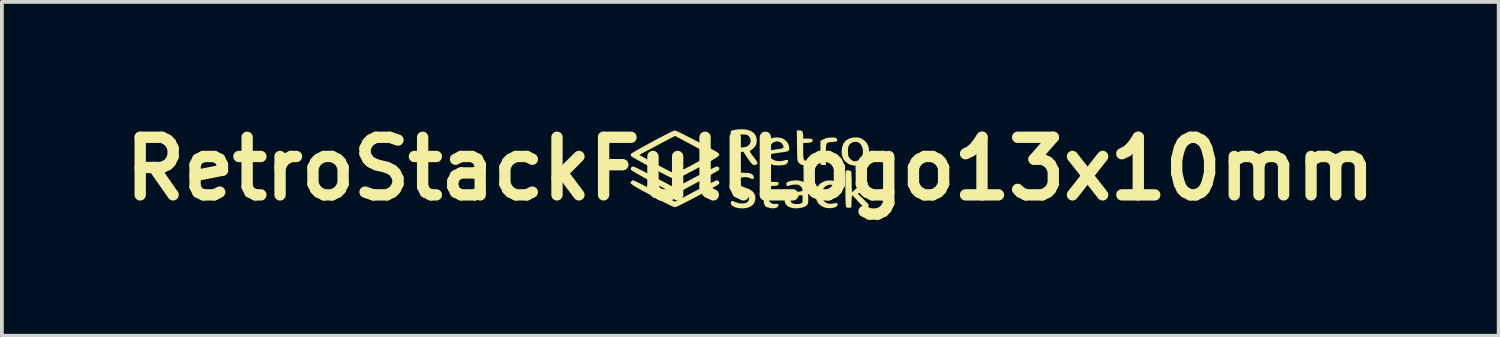
<source format=kicad_pcb>
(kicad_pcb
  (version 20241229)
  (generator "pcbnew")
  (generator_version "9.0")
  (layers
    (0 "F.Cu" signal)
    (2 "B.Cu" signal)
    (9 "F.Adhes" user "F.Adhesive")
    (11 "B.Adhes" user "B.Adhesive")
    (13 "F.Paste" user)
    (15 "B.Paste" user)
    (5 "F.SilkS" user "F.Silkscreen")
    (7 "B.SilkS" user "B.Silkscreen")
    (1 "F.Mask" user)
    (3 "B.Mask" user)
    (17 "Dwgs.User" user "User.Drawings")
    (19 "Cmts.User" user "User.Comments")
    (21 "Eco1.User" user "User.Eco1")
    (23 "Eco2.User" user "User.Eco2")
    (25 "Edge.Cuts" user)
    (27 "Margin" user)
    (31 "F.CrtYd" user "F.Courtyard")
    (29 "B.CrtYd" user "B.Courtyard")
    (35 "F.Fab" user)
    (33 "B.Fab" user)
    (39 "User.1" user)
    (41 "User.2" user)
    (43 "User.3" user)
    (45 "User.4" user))
  (footprint "RetroStackFullLogo13x10mm"
    (layer "F.Cu")
    (at 16.808 1.418)
    (property "Reference" "RetroStackFullLogo13x10mm" (at 0 0 0) (layer "F.SilkS") (effects (font (size 1.524 1.524) (thickness 0.3))))
    (attr board_only exclude_from_pos_files exclude_from_bom)
    (fp_poly (pts (xy 2.261 -0.818) (xy 2.293 -0.792) (xy 2.3 -0.76) (xy 2.297 -0.739) (xy 2.285 -0.727) (xy 2.255 -0.719) (xy 2.2 -0.714) (xy 2.187 -0.713) (xy 2.122 -0.708) (xy 2.074 -0.702) (xy 2.041 -0.688) (xy 2.019 -0.664) (xy 2.007 -0.624) (xy 2.002 -0.563) (xy 2 -0.478) (xy 2 -0.383) (xy 2 -0.1) (xy 1.933 -0.1) (xy 1.886 -0.105) (xy 1.859 -0.118) (xy 1.857 -0.121) (xy 1.855 -0.144) (xy 1.853 -0.195) (xy 1.853 -0.267) (xy 1.853 -0.355) (xy 1.854 -0.442) (xy 1.858 -0.741) (xy 1.931 -0.781) (xy 2.024 -0.816) (xy 2.116 -0.829) (xy 2.203 -0.83)) (stroke (width 0) (type solid)) (fill yes) (layer "F.SilkS"))
    (fp_poly (pts (xy 2.164 0.31) (xy 2.228 0.328) (xy 2.276 0.357) (xy 2.303 0.392) (xy 2.302 0.429) (xy 2.301 0.432) (xy 2.287 0.452) (xy 2.269 0.456) (xy 2.235 0.445) (xy 2.221 0.439) (xy 2.135 0.419) (xy 2.054 0.429) (xy 1.982 0.468) (xy 1.928 0.532) (xy 1.916 0.555) (xy 1.888 0.649) (xy 1.889 0.735) (xy 1.916 0.811) (xy 1.964 0.871) (xy 2.031 0.911) (xy 2.113 0.928) (xy 2.207 0.917) (xy 2.21 0.916) (xy 2.271 0.906) (xy 2.305 0.915) (xy 2.314 0.945) (xy 2.31 0.962) (xy 2.283 0.996) (xy 2.231 1.022) (xy 2.163 1.038) (xy 2.085 1.043) (xy 2.007 1.034) (xy 1.982 1.028) (xy 1.885 0.988) (xy 1.813 0.929) (xy 1.766 0.857) (xy 1.741 0.778) (xy 1.733 0.685) (xy 1.74 0.591) (xy 1.763 0.506) (xy 1.784 0.465) (xy 1.852 0.39) (xy 1.941 0.337) (xy 2.043 0.309) (xy 2.153 0.309)) (stroke (width 0) (type solid)) (fill yes) (layer "F.SilkS"))
    (fp_poly (pts (xy 0.453 0.122) (xy 0.481 0.143) (xy 0.496 0.188) (xy 0.503 0.251) (xy 0.508 0.342) (xy 0.63 0.347) (xy 0.693 0.35) (xy 0.729 0.354) (xy 0.745 0.363) (xy 0.748 0.38) (xy 0.747 0.397) (xy 0.742 0.42) (xy 0.73 0.435) (xy 0.703 0.443) (xy 0.653 0.448) (xy 0.625 0.45) (xy 0.508 0.458) (xy 0.504 0.661) (xy 0.499 0.863) (xy 0.545 0.9) (xy 0.586 0.924) (xy 0.63 0.93) (xy 0.662 0.927) (xy 0.716 0.925) (xy 0.743 0.939) (xy 0.745 0.97) (xy 0.742 0.982) (xy 0.715 1.017) (xy 0.664 1.039) (xy 0.597 1.046) (xy 0.523 1.038) (xy 0.475 1.025) (xy 0.433 1.01) (xy 0.408 1.001) (xy 0.405 1) (xy 0.395 0.987) (xy 0.378 0.955) (xy 0.375 0.95) (xy 0.367 0.929) (xy 0.36 0.899) (xy 0.356 0.856) (xy 0.354 0.796) (xy 0.353 0.715) (xy 0.353 0.608) (xy 0.354 0.513) (xy 0.358 0.125) (xy 0.41 0.12)) (stroke (width 0) (type solid)) (fill yes) (layer "F.SilkS"))
    (fp_poly (pts (xy 1.345 -1.013) (xy 1.37 -0.999) (xy 1.384 -0.974) (xy 1.395 -0.928) (xy 1.4 -0.872) (xy 1.4 -0.866) (xy 1.4 -0.8) (xy 1.517 -0.8) (xy 1.582 -0.798) (xy 1.621 -0.792) (xy 1.64 -0.781) (xy 1.645 -0.773) (xy 1.649 -0.735) (xy 1.626 -0.708) (xy 1.573 -0.693) (xy 1.511 -0.687) (xy 1.4 -0.682) (xy 1.4 -0.468) (xy 1.401 -0.37) (xy 1.405 -0.3) (xy 1.415 -0.254) (xy 1.435 -0.227) (xy 1.466 -0.213) (xy 1.512 -0.209) (xy 1.548 -0.208) (xy 1.608 -0.205) (xy 1.637 -0.195) (xy 1.64 -0.187) (xy 1.637 -0.151) (xy 1.636 -0.144) (xy 1.617 -0.117) (xy 1.575 -0.098) (xy 1.517 -0.087) (xy 1.452 -0.086) (xy 1.389 -0.096) (xy 1.358 -0.107) (xy 1.311 -0.135) (xy 1.275 -0.166) (xy 1.265 -0.18) (xy 1.256 -0.197) (xy 1.25 -0.223) (xy 1.246 -0.261) (xy 1.242 -0.315) (xy 1.24 -0.391) (xy 1.238 -0.491) (xy 1.236 -0.61) (xy 1.231 -1.017) (xy 1.299 -1.017)) (stroke (width 0) (type solid)) (fill yes) (layer "F.SilkS"))
    (fp_poly (pts (xy 2.868 -0.828) (xy 2.914 -0.813) (xy 2.954 -0.794) (xy 3.039 -0.735) (xy 3.101 -0.654) (xy 3.137 -0.557) (xy 3.146 -0.446) (xy 3.134 -0.356) (xy 3.097 -0.259) (xy 3.036 -0.181) (xy 2.957 -0.124) (xy 2.865 -0.091) (xy 2.764 -0.083) (xy 2.66 -0.103) (xy 2.598 -0.13) (xy 2.514 -0.191) (xy 2.456 -0.274) (xy 2.423 -0.375) (xy 2.417 -0.456) (xy 2.423 -0.511) (xy 2.585 -0.511) (xy 2.586 -0.438) (xy 2.59 -0.373) (xy 2.598 -0.331) (xy 2.612 -0.301) (xy 2.638 -0.272) (xy 2.656 -0.255) (xy 2.698 -0.22) (xy 2.732 -0.204) (xy 2.771 -0.202) (xy 2.794 -0.204) (xy 2.848 -0.217) (xy 2.894 -0.237) (xy 2.903 -0.244) (xy 2.95 -0.307) (xy 2.977 -0.386) (xy 2.983 -0.473) (xy 2.969 -0.559) (xy 2.934 -0.633) (xy 2.891 -0.681) (xy 2.828 -0.711) (xy 2.758 -0.714) (xy 2.689 -0.694) (xy 2.632 -0.65) (xy 2.607 -0.614) (xy 2.591 -0.57) (xy 2.585 -0.511) (xy 2.423 -0.511) (xy 2.43 -0.575) (xy 2.468 -0.673) (xy 2.53 -0.748) (xy 2.616 -0.8) (xy 2.723 -0.827) (xy 2.75 -0.829) (xy 2.818 -0.832)) (stroke (width 0) (type solid)) (fill yes) (layer "F.SilkS"))
    (fp_poly (pts (xy -0.84 0.322) (xy -0.82 0.356) (xy -0.826 0.394) (xy -0.827 0.396) (xy -0.847 0.413) (xy -0.893 0.442) (xy -0.961 0.483) (xy -1.046 0.531) (xy -1.145 0.586) (xy -1.254 0.646) (xy -1.368 0.707) (xy -1.483 0.768) (xy -1.596 0.827) (xy -1.703 0.882) (xy -1.798 0.93) (xy -1.879 0.969) (xy -1.942 0.998) (xy -1.981 1.013) (xy -1.992 1.015) (xy -2.025 1.007) (xy -2.085 0.983) (xy -2.166 0.945) (xy -2.267 0.894) (xy -2.34 0.855) (xy -2.52 0.759) (xy -2.673 0.677) (xy -2.8 0.609) (xy -2.904 0.552) (xy -2.988 0.505) (xy -3.052 0.467) (xy -3.101 0.437) (xy -3.134 0.413) (xy -3.155 0.394) (xy -3.166 0.379) (xy -3.169 0.366) (xy -3.166 0.353) (xy -3.158 0.341) (xy -3.157 0.338) (xy -3.126 0.311) (xy -3.106 0.303) (xy -3.085 0.31) (xy -3.037 0.331) (xy -2.967 0.364) (xy -2.879 0.408) (xy -2.775 0.46) (xy -2.66 0.52) (xy -2.542 0.583) (xy -2.419 0.648) (xy -2.306 0.708) (xy -2.205 0.761) (xy -2.119 0.805) (xy -2.053 0.838) (xy -2.01 0.859) (xy -1.992 0.867) (xy -1.974 0.859) (xy -1.93 0.837) (xy -1.863 0.803) (xy -1.778 0.759) (xy -1.676 0.706) (xy -1.562 0.645) (xy -1.444 0.582) (xy -1.311 0.512) (xy -1.191 0.449) (xy -1.086 0.396) (xy -0.999 0.353) (xy -0.934 0.323) (xy -0.892 0.306) (xy -0.879 0.303)) (stroke (width 0) (type solid)) (fill yes) (layer "F.SilkS"))
    (fp_poly (pts (xy -0.84 -0.045) (xy -0.82 -0.011) (xy -0.826 0.027) (xy -0.827 0.029) (xy -0.844 0.042) (xy -0.887 0.069) (xy -0.952 0.106) (xy -1.034 0.153) (xy -1.131 0.207) (xy -1.237 0.266) (xy -1.349 0.328) (xy -1.463 0.39) (xy -1.576 0.451) (xy -1.682 0.508) (xy -1.779 0.559) (xy -1.863 0.603) (xy -1.928 0.636) (xy -1.973 0.658) (xy -1.992 0.665) (xy -2.01 0.657) (xy -2.054 0.636) (xy -2.12 0.602) (xy -2.206 0.557) (xy -2.309 0.503) (xy -2.424 0.442) (xy -2.549 0.375) (xy -2.574 0.362) (xy -2.7 0.293) (xy -2.818 0.229) (xy -2.923 0.17) (xy -3.013 0.119) (xy -3.084 0.077) (xy -3.133 0.047) (xy -3.156 0.031) (xy -3.157 0.029) (xy -3.164 -0.009) (xy -3.145 -0.044) (xy -3.107 -0.063) (xy -3.106 -0.063) (xy -3.084 -0.057) (xy -3.036 -0.036) (xy -2.966 -0.003) (xy -2.878 0.04) (xy -2.775 0.092) (xy -2.661 0.151) (xy -2.566 0.201) (xy -2.445 0.266) (xy -2.332 0.325) (xy -2.232 0.378) (xy -2.147 0.423) (xy -2.081 0.458) (xy -2.038 0.48) (xy -2.023 0.487) (xy -2.009 0.489) (xy -1.988 0.486) (xy -1.955 0.474) (xy -1.909 0.454) (xy -1.847 0.424) (xy -1.765 0.383) (xy -1.661 0.329) (xy -1.532 0.261) (xy -1.451 0.217) (xy -1.317 0.147) (xy -1.196 0.084) (xy -1.09 0.031) (xy -1.003 -0.012) (xy -0.936 -0.043) (xy -0.893 -0.06) (xy -0.879 -0.063)) (stroke (width 0) (type solid)) (fill yes) (layer "F.SilkS"))
    (fp_poly (pts (xy -0.196 0.102) (xy -0.154 0.104) (xy -0.074 0.108) (xy -0.019 0.116) (xy 0.02 0.129) (xy 0.046 0.144) (xy 0.087 0.187) (xy 0.097 0.229) (xy 0.084 0.258) (xy 0.065 0.272) (xy 0.039 0.266) (xy 0.02 0.257) (xy -0.055 0.229) (xy -0.134 0.219) (xy -0.209 0.224) (xy -0.274 0.244) (xy -0.322 0.277) (xy -0.348 0.322) (xy -0.35 0.342) (xy -0.341 0.383) (xy -0.311 0.418) (xy -0.257 0.45) (xy -0.175 0.483) (xy -0.155 0.49) (xy -0.042 0.534) (xy 0.04 0.581) (xy 0.095 0.635) (xy 0.126 0.698) (xy 0.136 0.773) (xy 0.136 0.775) (xy 0.122 0.867) (xy 0.079 0.941) (xy 0.009 0.998) (xy -0.075 1.031) (xy -0.175 1.047) (xy -0.285 1.044) (xy -0.381 1.025) (xy -0.456 0.993) (xy -0.502 0.953) (xy -0.517 0.909) (xy -0.509 0.867) (xy -0.485 0.85) (xy -0.442 0.859) (xy -0.404 0.876) (xy -0.328 0.905) (xy -0.245 0.918) (xy -0.165 0.915) (xy -0.1 0.895) (xy -0.075 0.879) (xy -0.038 0.828) (xy -0.03 0.77) (xy -0.05 0.714) (xy -0.068 0.692) (xy -0.102 0.669) (xy -0.158 0.642) (xy -0.226 0.616) (xy -0.249 0.608) (xy -0.353 0.568) (xy -0.428 0.525) (xy -0.477 0.476) (xy -0.504 0.417) (xy -0.512 0.374) (xy -0.506 0.284) (xy -0.471 0.21) (xy -0.407 0.152) (xy -0.382 0.137) (xy -0.342 0.118) (xy -0.305 0.107) (xy -0.259 0.102)) (stroke (width 0) (type solid)) (fill yes) (layer "F.SilkS"))
    (fp_poly (pts (xy 2.642 0.051) (xy 2.671 0.073) (xy 2.675 0.095) (xy 2.678 0.145) (xy 2.681 0.215) (xy 2.683 0.301) (xy 2.683 0.354) (xy 2.684 0.443) (xy 2.686 0.52) (xy 2.689 0.577) (xy 2.693 0.611) (xy 2.696 0.617) (xy 2.711 0.606) (xy 2.746 0.575) (xy 2.794 0.53) (xy 2.851 0.474) (xy 2.861 0.464) (xy 2.925 0.401) (xy 2.971 0.359) (xy 3.004 0.334) (xy 3.029 0.322) (xy 3.05 0.322) (xy 3.056 0.323) (xy 3.092 0.344) (xy 3.11 0.371) (xy 3.111 0.39) (xy 3.102 0.413) (xy 3.077 0.444) (xy 3.034 0.488) (xy 2.984 0.535) (xy 2.846 0.662) (xy 2.998 0.808) (xy 3.061 0.87) (xy 3.103 0.914) (xy 3.127 0.944) (xy 3.136 0.966) (xy 3.134 0.982) (xy 3.132 0.986) (xy 3.104 1.022) (xy 3.069 1.035) (xy 3.026 1.022) (xy 2.972 0.984) (xy 2.904 0.919) (xy 2.848 0.859) (xy 2.795 0.799) (xy 2.748 0.749) (xy 2.714 0.715) (xy 2.697 0.7) (xy 2.696 0.7) (xy 2.691 0.716) (xy 2.686 0.757) (xy 2.682 0.818) (xy 2.68 0.863) (xy 2.675 1.025) (xy 2.614 1.03) (xy 2.567 1.029) (xy 2.541 1.013) (xy 2.534 1.002) (xy 2.529 0.974) (xy 2.524 0.914) (xy 2.52 0.824) (xy 2.518 0.706) (xy 2.517 0.561) (xy 2.517 0.511) (xy 2.517 0.375) (xy 2.517 0.269) (xy 2.518 0.189) (xy 2.52 0.131) (xy 2.523 0.091) (xy 2.528 0.066) (xy 2.534 0.052) (xy 2.542 0.045) (xy 2.55 0.042) (xy 2.596 0.039)) (stroke (width 0) (type solid)) (fill yes) (layer "F.SilkS"))
    (fp_poly (pts (xy -0.153 -1.044) (xy -0.08 -1.034) (xy -0.079 -1.034) (xy 0.021 -0.999) (xy 0.098 -0.943) (xy 0.148 -0.869) (xy 0.171 -0.779) (xy 0.164 -0.676) (xy 0.14 -0.611) (xy 0.093 -0.553) (xy 0.082 -0.543) (xy 0.042 -0.509) (xy 0.011 -0.488) (xy -0.000048 -0.483) (xy -0.014 -0.478) (xy -0.012 -0.459) (xy 0.007 -0.424) (xy 0.045 -0.37) (xy 0.095 -0.305) (xy 0.149 -0.231) (xy 0.181 -0.178) (xy 0.191 -0.142) (xy 0.178 -0.119) (xy 0.144 -0.106) (xy 0.121 -0.103) (xy 0.094 -0.103) (xy 0.069 -0.11) (xy 0.044 -0.129) (xy 0.013 -0.163) (xy -0.027 -0.217) (xy -0.08 -0.295) (xy -0.085 -0.303) (xy -0.185 -0.452) (xy -0.264 -0.447) (xy -0.342 -0.442) (xy -0.346 -0.271) (xy -0.351 -0.1) (xy -0.423 -0.1) (xy -0.469 -0.102) (xy -0.501 -0.108) (xy -0.506 -0.111) (xy -0.509 -0.13) (xy -0.511 -0.178) (xy -0.513 -0.25) (xy -0.515 -0.342) (xy -0.516 -0.45) (xy -0.517 -0.562) (xy -0.517 -0.691) (xy -0.364 -0.691) (xy -0.364 -0.633) (xy -0.361 -0.596) (xy -0.36 -0.589) (xy -0.338 -0.574) (xy -0.293 -0.566) (xy -0.234 -0.565) (xy -0.171 -0.571) (xy -0.114 -0.583) (xy -0.07 -0.6) (xy -0.017 -0.65) (xy 0.009 -0.712) (xy 0.008 -0.779) (xy -0.021 -0.843) (xy -0.043 -0.868) (xy -0.068 -0.888) (xy -0.097 -0.901) (xy -0.138 -0.906) (xy -0.201 -0.908) (xy -0.222 -0.908) (xy -0.358 -0.908) (xy -0.363 -0.76) (xy -0.364 -0.691) (xy -0.517 -0.691) (xy -0.517 -1.001) (xy -0.472 -1.018) (xy -0.412 -1.033) (xy -0.331 -1.042) (xy -0.241 -1.046)) (stroke (width 0) (type solid)) (fill yes) (layer "F.SilkS"))
    (fp_poly (pts (xy 0.809 -0.819) (xy 0.898 -0.78) (xy 0.967 -0.719) (xy 1.013 -0.64) (xy 1.03 -0.567) (xy 1.032 -0.529) (xy 1.029 -0.501) (xy 1.015 -0.481) (xy 0.986 -0.465) (xy 0.938 -0.452) (xy 0.866 -0.44) (xy 0.767 -0.426) (xy 0.75 -0.424) (xy 0.669 -0.413) (xy 0.6 -0.402) (xy 0.549 -0.392) (xy 0.523 -0.386) (xy 0.522 -0.386) (xy 0.512 -0.369) (xy 0.52 -0.336) (xy 0.525 -0.322) (xy 0.565 -0.267) (xy 0.629 -0.228) (xy 0.709 -0.206) (xy 0.798 -0.202) (xy 0.89 -0.219) (xy 0.908 -0.225) (xy 0.955 -0.237) (xy 0.986 -0.236) (xy 0.989 -0.234) (xy 0.999 -0.204) (xy 0.987 -0.166) (xy 0.959 -0.131) (xy 0.938 -0.117) (xy 0.887 -0.103) (xy 0.815 -0.093) (xy 0.735 -0.09) (xy 0.658 -0.093) (xy 0.596 -0.102) (xy 0.593 -0.103) (xy 0.527 -0.135) (xy 0.462 -0.189) (xy 0.407 -0.255) (xy 0.372 -0.323) (xy 0.37 -0.327) (xy 0.354 -0.425) (xy 0.358 -0.528) (xy 0.358 -0.53) (xy 0.5 -0.53) (xy 0.503 -0.5) (xy 0.52 -0.491) (xy 0.554 -0.494) (xy 0.597 -0.5) (xy 0.66 -0.51) (xy 0.731 -0.52) (xy 0.742 -0.522) (xy 0.809 -0.533) (xy 0.85 -0.543) (xy 0.871 -0.556) (xy 0.879 -0.573) (xy 0.88 -0.577) (xy 0.871 -0.619) (xy 0.841 -0.664) (xy 0.796 -0.702) (xy 0.748 -0.725) (xy 0.743 -0.726) (xy 0.672 -0.724) (xy 0.604 -0.696) (xy 0.548 -0.648) (xy 0.511 -0.587) (xy 0.5 -0.53) (xy 0.358 -0.53) (xy 0.381 -0.625) (xy 0.421 -0.707) (xy 0.461 -0.754) (xy 0.532 -0.798) (xy 0.621 -0.825) (xy 0.704 -0.833)) (stroke (width 0) (type solid)) (fill yes) (layer "F.SilkS"))
    (fp_poly (pts (xy 1.294 0.312) (xy 1.381 0.336) (xy 1.451 0.374) (xy 1.497 0.424) (xy 1.501 0.431) (xy 1.51 0.465) (xy 1.518 0.524) (xy 1.525 0.599) (xy 1.53 0.682) (xy 1.533 0.766) (xy 1.533 0.841) (xy 1.53 0.899) (xy 1.526 0.925) (xy 1.5 0.965) (xy 1.449 0.999) (xy 1.378 1.024) (xy 1.295 1.041) (xy 1.208 1.046) (xy 1.123 1.039) (xy 1.069 1.026) (xy 0.995 0.994) (xy 0.947 0.951) (xy 0.917 0.891) (xy 0.915 0.883) (xy 0.906 0.805) (xy 1.064 0.805) (xy 1.069 0.858) (xy 1.097 0.901) (xy 1.1 0.903) (xy 1.144 0.923) (xy 1.208 0.933) (xy 1.277 0.931) (xy 1.339 0.918) (xy 1.341 0.917) (xy 1.364 0.905) (xy 1.377 0.886) (xy 1.382 0.851) (xy 1.383 0.8) (xy 1.383 0.7) (xy 1.304 0.7) (xy 1.223 0.706) (xy 1.152 0.721) (xy 1.1 0.744) (xy 1.083 0.759) (xy 1.064 0.805) (xy 0.906 0.805) (xy 0.906 0.805) (xy 0.927 0.734) (xy 0.974 0.679) (xy 0.989 0.668) (xy 1.042 0.646) (xy 1.124 0.627) (xy 1.201 0.616) (xy 1.27 0.607) (xy 1.327 0.598) (xy 1.363 0.592) (xy 1.371 0.589) (xy 1.384 0.564) (xy 1.376 0.525) (xy 1.349 0.481) (xy 1.335 0.465) (xy 1.3 0.436) (xy 1.264 0.421) (xy 1.213 0.417) (xy 1.195 0.417) (xy 1.128 0.421) (xy 1.061 0.434) (xy 1.036 0.441) (xy 0.993 0.455) (xy 0.971 0.455) (xy 0.961 0.44) (xy 0.956 0.422) (xy 0.955 0.385) (xy 0.975 0.357) (xy 1.021 0.335) (xy 1.096 0.316) (xy 1.097 0.316) (xy 1.197 0.305)) (stroke (width 0) (type solid)) (fill yes) (layer "F.SilkS"))
    (fp_poly (pts (xy -1.974 -1.008) (xy -1.925 -0.987) (xy -1.855 -0.954) (xy -1.768 -0.911) (xy -1.668 -0.861) (xy -1.559 -0.806) (xy -1.445 -0.747) (xy -1.33 -0.687) (xy -1.218 -0.628) (xy -1.114 -0.572) (xy -1.021 -0.521) (xy -0.943 -0.477) (xy -0.884 -0.443) (xy -0.849 -0.42) (xy -0.843 -0.415) (xy -0.828 -0.398) (xy -0.82 -0.382) (xy -0.823 -0.364) (xy -0.839 -0.342) (xy -0.869 -0.316) (xy -0.916 -0.284) (xy -0.983 -0.244) (xy -1.071 -0.193) (xy -1.183 -0.132) (xy -1.321 -0.057) (xy -1.401 -0.015) (xy -1.527 0.052) (xy -1.645 0.114) (xy -1.751 0.168) (xy -1.842 0.214) (xy -1.915 0.25) (xy -1.965 0.273) (xy -1.991 0.283) (xy -1.992 0.283) (xy -2.013 0.275) (xy -2.061 0.254) (xy -2.131 0.219) (xy -2.22 0.175) (xy -2.325 0.121) (xy -2.442 0.06) (xy -2.567 -0.006) (xy -2.583 -0.014) (xy -2.708 -0.082) (xy -2.825 -0.146) (xy -2.93 -0.203) (xy -3.018 -0.253) (xy -3.088 -0.294) (xy -3.135 -0.323) (xy -3.157 -0.338) (xy -3.157 -0.339) (xy -3.163 -0.367) (xy -2.933 -0.367) (xy -2.919 -0.358) (xy -2.879 -0.335) (xy -2.819 -0.301) (xy -2.742 -0.259) (xy -2.652 -0.211) (xy -2.555 -0.158) (xy -2.453 -0.104) (xy -2.352 -0.05) (xy -2.256 0.000411) (xy -2.169 0.046) (xy -2.095 0.084) (xy -2.039 0.113) (xy -2.004 0.13) (xy -1.996 0.133) (xy -1.978 0.125) (xy -1.935 0.104) (xy -1.87 0.071) (xy -1.787 0.027) (xy -1.688 -0.024) (xy -1.579 -0.082) (xy -1.525 -0.111) (xy -1.412 -0.172) (xy -1.309 -0.227) (xy -1.22 -0.276) (xy -1.148 -0.317) (xy -1.097 -0.346) (xy -1.07 -0.364) (xy -1.067 -0.367) (xy -1.081 -0.377) (xy -1.121 -0.401) (xy -1.183 -0.436) (xy -1.265 -0.482) (xy -1.362 -0.535) (xy -1.47 -0.593) (xy -1.528 -0.624) (xy -1.99 -0.87) (xy -2.074 -0.827) (xy -2.117 -0.805) (xy -2.182 -0.771) (xy -2.263 -0.728) (xy -2.353 -0.68) (xy -2.425 -0.642) (xy -2.521 -0.59) (xy -2.617 -0.539) (xy -2.705 -0.493) (xy -2.776 -0.456) (xy -2.812 -0.437) (xy -2.868 -0.408) (xy -2.91 -0.384) (xy -2.932 -0.369) (xy -2.933 -0.367) (xy -3.163 -0.367) (xy -3.165 -0.376) (xy -3.157 -0.396) (xy -3.138 -0.411) (xy -3.092 -0.44) (xy -3.026 -0.48) (xy -2.941 -0.528) (xy -2.843 -0.582) (xy -2.735 -0.641) (xy -2.622 -0.702) (xy -2.507 -0.764) (xy -2.395 -0.823) (xy -2.289 -0.878) (xy -2.193 -0.927) (xy -2.112 -0.967) (xy -2.049 -0.996) (xy -2.009 -1.013) (xy -1.998 -1.016)) (stroke (width 0) (type solid)) (fill yes) (layer "F.SilkS")))
  (gr_rect
    (start -3 -3)
    (end 36.615 5.836)
    (stroke (width 0.1) (type default))
    (fill no)
    (layer "Edge.Cuts")))
</source>
